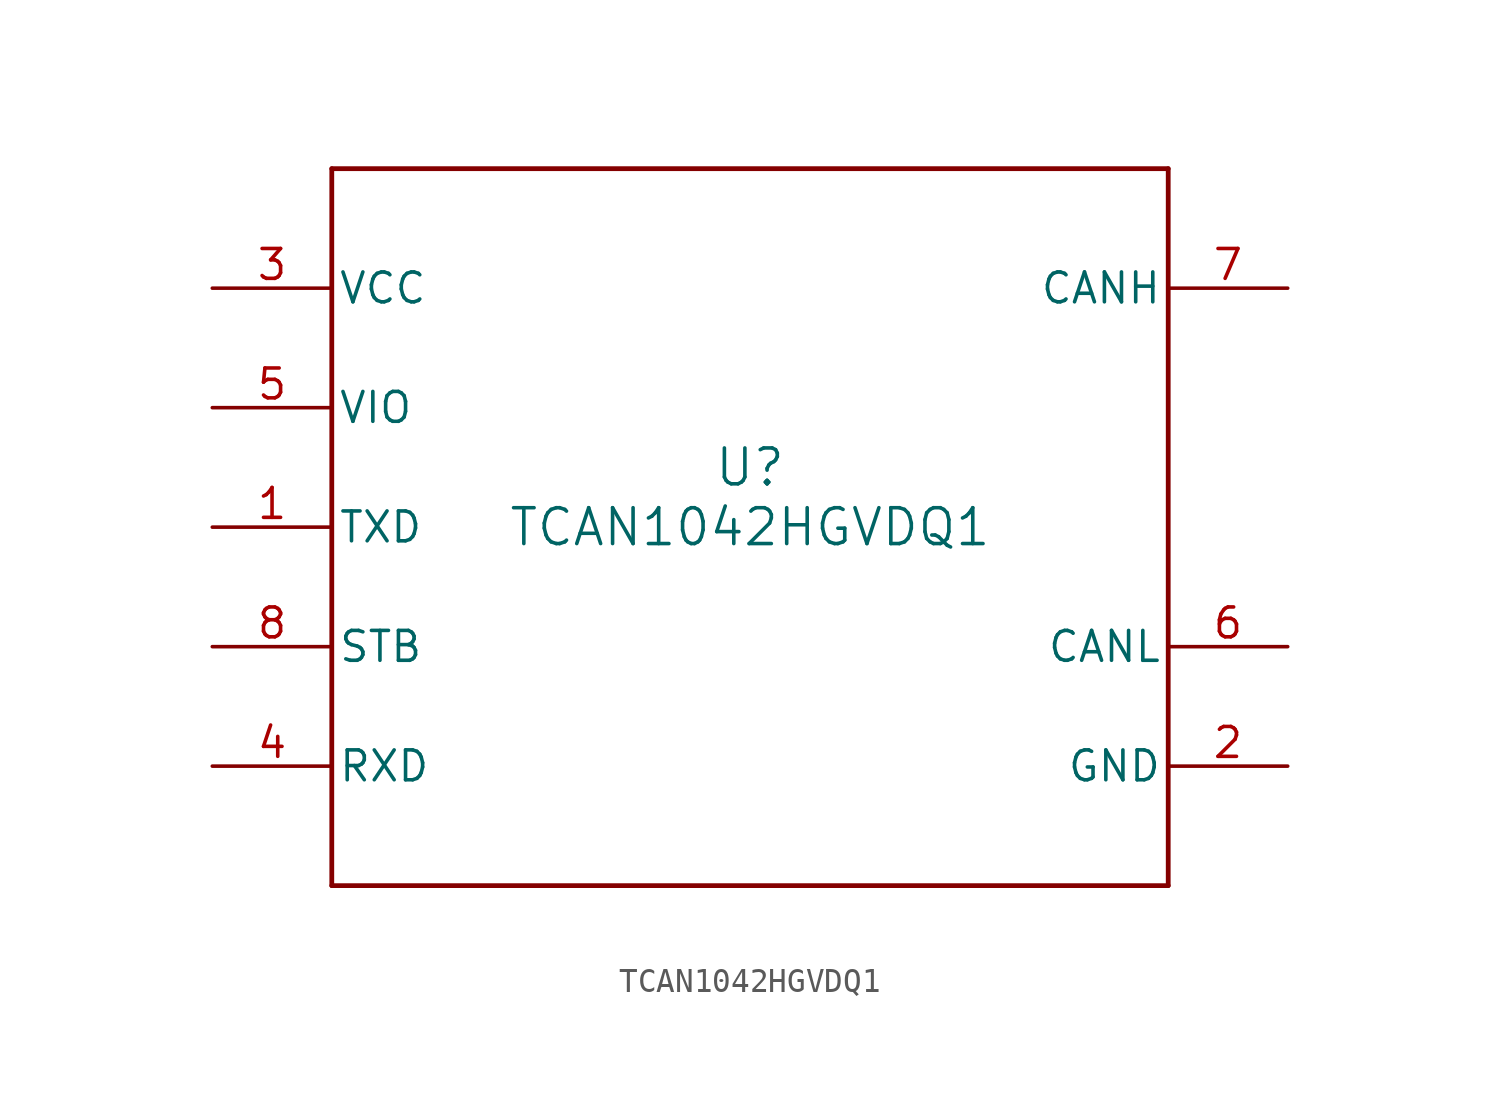
<source format=kicad_sym>
(kicad_symbol_lib
  (version 20211014)
  (generator kicad_symbol_editor)
  (symbol "TCAN1042HGVDQ1"
    (pin_names
      (offset 0.254))
    (property "Reference" "U"
      (at 0 2.54 0)
      (effects (font (size 1.524 1.524))))
    (property "Value" "TCAN1042HGVDQ1"
      (at 0 0 0)
      (effects (font (size 1.524 1.524))))
    (symbol "TCAN1042HGVDQ1_0_1"
      (polyline (pts (xy -17.78 -15.24) (xy 17.78 -15.24)) (stroke (width 0.203) (type default) (color 0 0 0 0)) (fill (type none)))
      (polyline (pts (xy 17.78 -15.24) (xy 17.78 15.24)) (stroke (width 0.203) (type default) (color 0 0 0 0)) (fill (type none)))
      (polyline (pts (xy 17.78 15.24) (xy -17.78 15.24)) (stroke (width 0.203) (type default) (color 0 0 0 0)) (fill (type none)))
      (polyline (pts (xy -17.78 15.24) (xy -17.78 -15.24)) (stroke (width 0.203) (type default) (color 0 0 0 0)) (fill (type none)))
      (pin input line (at -22.86 0 0) (length 5.08) (name "TXD" (effects (font (size 1.27 1.27)))) (number "1" (effects (font (size 1.27 1.27)))))
      (pin power_in line (at 22.86 -10.16 180) (length 5.08) (name "GND" (effects (font (size 1.27 1.27)))) (number "2" (effects (font (size 1.27 1.27)))))
      (pin power_in line (at -22.86 10.16 0) (length 5.08) (name "VCC" (effects (font (size 1.27 1.27)))) (number "3" (effects (font (size 1.27 1.27)))))
      (pin output line (at -22.86 -10.16 0) (length 5.08) (name "RXD" (effects (font (size 1.27 1.27)))) (number "4" (effects (font (size 1.27 1.27)))))
      (pin power_in line (at -22.86 5.08 0) (length 5.08) (name "VIO" (effects (font (size 1.27 1.27)))) (number "5" (effects (font (size 1.27 1.27)))))
      (pin bidirectional line (at 22.86 -5.08 180) (length 5.08) (name "CANL" (effects (font (size 1.27 1.27)))) (number "6" (effects (font (size 1.27 1.27)))))
      (pin bidirectional line (at 22.86 10.16 180) (length 5.08) (name "CANH" (effects (font (size 1.27 1.27)))) (number "7" (effects (font (size 1.27 1.27)))))
      (pin input line (at -22.86 -5.08 0) (length 5.08) (name "STB" (effects (font (size 1.27 1.27)))) (number "8" (effects (font (size 1.27 1.27))))))))
</source>
